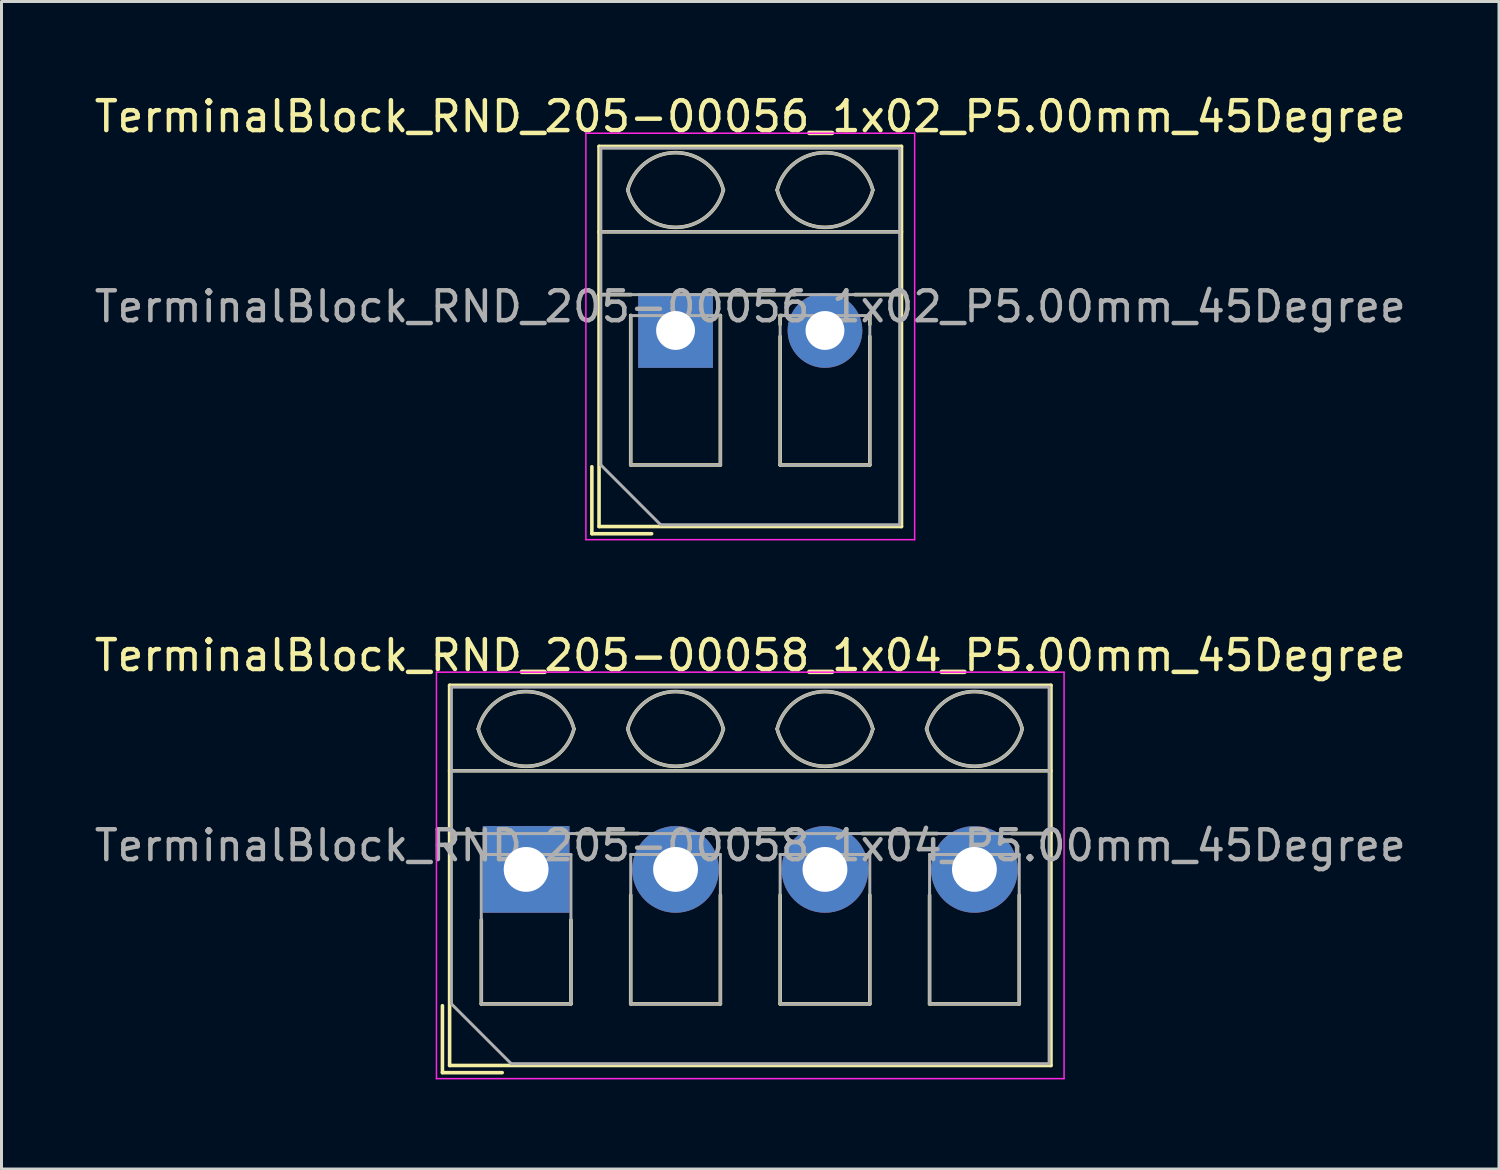
<source format=kicad_pcb>
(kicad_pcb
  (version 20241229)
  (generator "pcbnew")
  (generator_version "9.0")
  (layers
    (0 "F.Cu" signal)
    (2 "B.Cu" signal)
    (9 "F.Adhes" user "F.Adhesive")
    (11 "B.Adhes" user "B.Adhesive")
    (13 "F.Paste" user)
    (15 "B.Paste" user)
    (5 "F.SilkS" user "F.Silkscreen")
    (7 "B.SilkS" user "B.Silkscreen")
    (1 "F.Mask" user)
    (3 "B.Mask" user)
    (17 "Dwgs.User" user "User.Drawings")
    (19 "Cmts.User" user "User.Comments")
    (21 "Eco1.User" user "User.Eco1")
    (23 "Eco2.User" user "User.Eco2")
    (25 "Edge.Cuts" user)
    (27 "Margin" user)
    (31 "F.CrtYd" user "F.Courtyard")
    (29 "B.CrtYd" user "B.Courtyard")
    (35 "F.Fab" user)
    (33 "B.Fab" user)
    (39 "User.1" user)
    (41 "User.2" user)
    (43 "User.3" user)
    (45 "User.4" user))
  (footprint "TerminalBlock_RND_205-00058_1x04_P5.00mm_45Degree"
    (layer "F.Cu")
    (at 14.554 26.041)
    (property "Reference" "TerminalBlock_RND_205-00058_1x04_P5.00mm_45Degree" (at 7.5 -7.16 0) (layer "F.SilkS") (effects (font (size 1 1) (thickness 0.15))))
    (attr through_hole)
    (fp_line (start -2.8 4.56) (end -2.8 6.8) (stroke (width 0.12) (type solid)) (layer "F.SilkS"))
    (fp_line (start -2.8 6.8) (end -0.8 6.8) (stroke (width 0.12) (type solid)) (layer "F.SilkS"))
    (fp_line (start -2.56 -6.16) (end -2.56 6.56) (stroke (width 0.12) (type solid)) (layer "F.SilkS"))
    (fp_line (start -2.56 -6.16) (end 17.561 -6.16) (stroke (width 0.12) (type solid)) (layer "F.SilkS"))
    (fp_line (start -2.56 -3.301) (end 17.561 -3.301) (stroke (width 0.12) (type solid)) (layer "F.SilkS"))
    (fp_line (start -2.56 -1.201) (end -1.69 -1.201) (stroke (width 0.12) (type solid)) (layer "F.SilkS"))
    (fp_line (start -2.56 6.56) (end 17.561 6.56) (stroke (width 0.12) (type solid)) (layer "F.SilkS"))
    (fp_line (start -1.5 1.69) (end -1.5 4.5) (stroke (width 0.12) (type solid)) (layer "F.SilkS"))
    (fp_line (start -1.5 4.5) (end 1.5 4.5) (stroke (width 0.12) (type solid)) (layer "F.SilkS"))
    (fp_line (start 1.5 1.69) (end 1.5 4.5) (stroke (width 0.12) (type solid)) (layer "F.SilkS"))
    (fp_line (start 1.69 -1.201) (end 3.758 -1.201) (stroke (width 0.12) (type solid)) (layer "F.SilkS"))
    (fp_line (start 3.5 0.86) (end 3.5 4.5) (stroke (width 0.12) (type solid)) (layer "F.SilkS"))
    (fp_line (start 3.5 4.5) (end 6.5 4.5) (stroke (width 0.12) (type solid)) (layer "F.SilkS"))
    (fp_line (start 6.243 -1.201) (end 8.758 -1.201) (stroke (width 0.12) (type solid)) (layer "F.SilkS"))
    (fp_line (start 6.5 0.86) (end 6.5 4.5) (stroke (width 0.12) (type solid)) (layer "F.SilkS"))
    (fp_line (start 8.5 0.86) (end 8.5 4.5) (stroke (width 0.12) (type solid)) (layer "F.SilkS"))
    (fp_line (start 8.5 4.5) (end 11.5 4.5) (stroke (width 0.12) (type solid)) (layer "F.SilkS"))
    (fp_line (start 11.243 -1.201) (end 13.758 -1.201) (stroke (width 0.12) (type solid)) (layer "F.SilkS"))
    (fp_line (start 11.5 0.86) (end 11.5 4.5) (stroke (width 0.12) (type solid)) (layer "F.SilkS"))
    (fp_line (start 13.5 0.86) (end 13.5 4.5) (stroke (width 0.12) (type solid)) (layer "F.SilkS"))
    (fp_line (start 13.5 4.5) (end 16.5 4.5) (stroke (width 0.12) (type solid)) (layer "F.SilkS"))
    (fp_line (start 16.243 -1.201) (end 17.561 -1.201) (stroke (width 0.12) (type solid)) (layer "F.SilkS"))
    (fp_line (start 16.5 0.86) (end 16.5 4.5) (stroke (width 0.12) (type solid)) (layer "F.SilkS"))
    (fp_line (start 17.561 -6.16) (end 17.561 6.56) (stroke (width 0.12) (type solid)) (layer "F.SilkS"))
    (fp_arc (start -1.600914 -4.700344) (mid 0.000177 -5.95097) (end 1.601 -4.7) (stroke (width 0.12) (type solid)) (layer "F.SilkS"))
    (fp_arc (start 1.6 -4.7) (mid -0.000064 -3.45) (end -1.600031 -4.700125) (stroke (width 0.12) (type solid)) (layer "F.SilkS"))
    (fp_arc (start 3.399086 -4.700344) (mid 5.000177 -5.95097) (end 6.601 -4.7) (stroke (width 0.12) (type solid)) (layer "F.SilkS"))
    (fp_arc (start 6.6 -4.7) (mid 4.999936 -3.45) (end 3.399969 -4.700125) (stroke (width 0.12) (type solid)) (layer "F.SilkS"))
    (fp_arc (start 8.399086 -4.700344) (mid 10.000177 -5.95097) (end 11.601 -4.7) (stroke (width 0.12) (type solid)) (layer "F.SilkS"))
    (fp_arc (start 11.6 -4.7) (mid 9.999936 -3.45) (end 8.399969 -4.700125) (stroke (width 0.12) (type solid)) (layer "F.SilkS"))
    (fp_arc (start 13.399086 -4.700344) (mid 15.000177 -5.95097) (end 16.601 -4.7) (stroke (width 0.12) (type solid)) (layer "F.SilkS"))
    (fp_arc (start 16.6 -4.7) (mid 14.999936 -3.45) (end 13.399969 -4.700125) (stroke (width 0.12) (type solid)) (layer "F.SilkS"))
    (fp_line (start -3 -6.6) (end -3 7) (stroke (width 0.05) (type solid)) (layer "F.CrtYd"))
    (fp_line (start -3 7) (end 18 7) (stroke (width 0.05) (type solid)) (layer "F.CrtYd"))
    (fp_line (start 18 -6.6) (end -3 -6.6) (stroke (width 0.05) (type solid)) (layer "F.CrtYd"))
    (fp_line (start 18 7) (end 18 -6.6) (stroke (width 0.05) (type solid)) (layer "F.CrtYd"))
    (fp_line (start -2.5 -6.1) (end 17.5 -6.1) (stroke (width 0.1) (type solid)) (layer "F.Fab"))
    (fp_line (start -2.5 -3.3) (end 17.5 -3.3) (stroke (width 0.1) (type solid)) (layer "F.Fab"))
    (fp_line (start -2.5 -1.2) (end 17.5 -1.2) (stroke (width 0.1) (type solid)) (layer "F.Fab"))
    (fp_line (start -2.5 4.5) (end -2.5 -6.1) (stroke (width 0.1) (type solid)) (layer "F.Fab"))
    (fp_line (start -1.5 -0.5) (end -1.5 4.5) (stroke (width 0.1) (type solid)) (layer "F.Fab"))
    (fp_line (start -1.5 4.5) (end 1.5 4.5) (stroke (width 0.1) (type solid)) (layer "F.Fab"))
    (fp_line (start -0.5 6.5) (end -2.5 4.5) (stroke (width 0.1) (type solid)) (layer "F.Fab"))
    (fp_line (start 1.5 -0.5) (end -1.5 -0.5) (stroke (width 0.1) (type solid)) (layer "F.Fab"))
    (fp_line (start 1.5 4.5) (end 1.5 -0.5) (stroke (width 0.1) (type solid)) (layer "F.Fab"))
    (fp_line (start 3.5 -0.5) (end 3.5 4.5) (stroke (width 0.1) (type solid)) (layer "F.Fab"))
    (fp_line (start 3.5 4.5) (end 6.5 4.5) (stroke (width 0.1) (type solid)) (layer "F.Fab"))
    (fp_line (start 6.5 -0.5) (end 3.5 -0.5) (stroke (width 0.1) (type solid)) (layer "F.Fab"))
    (fp_line (start 6.5 4.5) (end 6.5 -0.5) (stroke (width 0.1) (type solid)) (layer "F.Fab"))
    (fp_line (start 8.5 -0.5) (end 8.5 4.5) (stroke (width 0.1) (type solid)) (layer "F.Fab"))
    (fp_line (start 8.5 4.5) (end 11.5 4.5) (stroke (width 0.1) (type solid)) (layer "F.Fab"))
    (fp_line (start 11.5 -0.5) (end 8.5 -0.5) (stroke (width 0.1) (type solid)) (layer "F.Fab"))
    (fp_line (start 11.5 4.5) (end 11.5 -0.5) (stroke (width 0.1) (type solid)) (layer "F.Fab"))
    (fp_line (start 13.5 -0.5) (end 13.5 4.5) (stroke (width 0.1) (type solid)) (layer "F.Fab"))
    (fp_line (start 13.5 4.5) (end 16.5 4.5) (stroke (width 0.1) (type solid)) (layer "F.Fab"))
    (fp_line (start 16.5 -0.5) (end 13.5 -0.5) (stroke (width 0.1) (type solid)) (layer "F.Fab"))
    (fp_line (start 16.5 4.5) (end 16.5 -0.5) (stroke (width 0.1) (type solid)) (layer "F.Fab"))
    (fp_line (start 17.5 -6.1) (end 17.5 6.5) (stroke (width 0.1) (type solid)) (layer "F.Fab"))
    (fp_line (start 17.5 6.5) (end -0.5 6.5) (stroke (width 0.1) (type solid)) (layer "F.Fab"))
    (fp_arc (start -1.600914 -4.700344) (mid 0.000177 -5.95097) (end 1.601 -4.7) (stroke (width 0.1) (type solid)) (layer "F.Fab"))
    (fp_arc (start 1.6 -4.7) (mid -0.000064 -3.45) (end -1.600031 -4.700125) (stroke (width 0.1) (type solid)) (layer "F.Fab"))
    (fp_arc (start 3.399086 -4.700344) (mid 5.000177 -5.95097) (end 6.601 -4.7) (stroke (width 0.1) (type solid)) (layer "F.Fab"))
    (fp_arc (start 6.6 -4.7) (mid 4.999936 -3.45) (end 3.399969 -4.700125) (stroke (width 0.1) (type solid)) (layer "F.Fab"))
    (fp_arc (start 8.399086 -4.700344) (mid 10.000177 -5.95097) (end 11.601 -4.7) (stroke (width 0.1) (type solid)) (layer "F.Fab"))
    (fp_arc (start 11.6 -4.7) (mid 9.999936 -3.45) (end 8.399969 -4.700125) (stroke (width 0.1) (type solid)) (layer "F.Fab"))
    (fp_arc (start 13.399086 -4.700344) (mid 15.000177 -5.95097) (end 16.601 -4.7) (stroke (width 0.1) (type solid)) (layer "F.Fab"))
    (fp_arc (start 16.6 -4.7) (mid 14.999936 -3.45) (end 13.399969 -4.700125) (stroke (width 0.1) (type solid)) (layer "F.Fab"))
    (fp_text user "${REFERENCE}" (at 7.5 -0.8 0) (layer "F.Fab") (effects (font (size 1 1) (thickness 0.15))))
    (pad "1" thru_hole rect (at 0 0) (size 2.9 2.9) (drill 1.5) (layers "*.Cu" "*.Mask"))
    (pad "2" thru_hole circle (at 5 0) (size 2.9 2.9) (drill 1.5) (layers "*.Cu" "*.Mask"))
    (pad "3" thru_hole circle (at 10 0) (size 2.9 2.9) (drill 1.5) (layers "*.Cu" "*.Mask"))
    (pad "4" thru_hole circle (at 15 0) (size 2.9 2.9) (drill 1.5) (layers "*.Cu" "*.Mask")))
  (footprint "TerminalBlock_RND_205-00056_1x02_P5.00mm_45Degree"
    (layer "F.Cu")
    (at 19.554 8.008)
    (property "Reference" "TerminalBlock_RND_205-00056_1x02_P5.00mm_45Degree" (at 2.5 -7.16 0) (layer "F.SilkS") (effects (font (size 1 1) (thickness 0.15))))
    (attr through_hole)
    (fp_line (start -2.8 4.56) (end -2.8 6.8) (stroke (width 0.12) (type solid)) (layer "F.SilkS"))
    (fp_line (start -2.8 6.8) (end -0.8 6.8) (stroke (width 0.12) (type solid)) (layer "F.SilkS"))
    (fp_line (start -2.56 -6.16) (end -2.56 6.56) (stroke (width 0.12) (type solid)) (layer "F.SilkS"))
    (fp_line (start -2.56 -6.16) (end 7.56 -6.16) (stroke (width 0.12) (type solid)) (layer "F.SilkS"))
    (fp_line (start -2.56 -3.301) (end 7.56 -3.301) (stroke (width 0.12) (type solid)) (layer "F.SilkS"))
    (fp_line (start -2.56 -1.201) (end -1.49 -1.201) (stroke (width 0.12) (type solid)) (layer "F.SilkS"))
    (fp_line (start -2.56 6.56) (end 7.56 6.56) (stroke (width 0.12) (type solid)) (layer "F.SilkS"))
    (fp_line (start -1.5 -0.5) (end -1.5 4.5) (stroke (width 0.12) (type solid)) (layer "F.SilkS"))
    (fp_line (start -1.5 -0.5) (end -1.49 -0.5) (stroke (width 0.12) (type solid)) (layer "F.SilkS"))
    (fp_line (start -1.5 4.5) (end 1.5 4.5) (stroke (width 0.12) (type solid)) (layer "F.SilkS"))
    (fp_line (start 1.49 -1.201) (end 4 -1.201) (stroke (width 0.12) (type solid)) (layer "F.SilkS"))
    (fp_line (start 1.49 -0.5) (end 1.5 -0.5) (stroke (width 0.12) (type solid)) (layer "F.SilkS"))
    (fp_line (start 1.5 -0.5) (end 1.5 4.5) (stroke (width 0.12) (type solid)) (layer "F.SilkS"))
    (fp_line (start 3.5 -0.5) (end 3.5 -0.202) (stroke (width 0.12) (type solid)) (layer "F.SilkS"))
    (fp_line (start 3.5 -0.5) (end 3.57 -0.5) (stroke (width 0.12) (type solid)) (layer "F.SilkS"))
    (fp_line (start 3.5 0.202) (end 3.5 4.5) (stroke (width 0.12) (type solid)) (layer "F.SilkS"))
    (fp_line (start 3.5 4.5) (end 6.5 4.5) (stroke (width 0.12) (type solid)) (layer "F.SilkS"))
    (fp_line (start 6.001 -1.201) (end 7.56 -1.201) (stroke (width 0.12) (type solid)) (layer "F.SilkS"))
    (fp_line (start 6.431 -0.5) (end 6.5 -0.5) (stroke (width 0.12) (type solid)) (layer "F.SilkS"))
    (fp_line (start 6.5 -0.5) (end 6.5 -0.202) (stroke (width 0.12) (type solid)) (layer "F.SilkS"))
    (fp_line (start 6.5 0.202) (end 6.5 4.5) (stroke (width 0.12) (type solid)) (layer "F.SilkS"))
    (fp_line (start 7.56 -6.16) (end 7.56 6.56) (stroke (width 0.12) (type solid)) (layer "F.SilkS"))
    (fp_arc (start -1.600914 -4.700344) (mid 0.000177 -5.95097) (end 1.601 -4.7) (stroke (width 0.12) (type solid)) (layer "F.SilkS"))
    (fp_arc (start 1.6 -4.7) (mid -0.000064 -3.45) (end -1.600031 -4.700125) (stroke (width 0.12) (type solid)) (layer "F.SilkS"))
    (fp_arc (start 3.399086 -4.700344) (mid 5.000177 -5.95097) (end 6.601 -4.7) (stroke (width 0.12) (type solid)) (layer "F.SilkS"))
    (fp_arc (start 6.6 -4.7) (mid 4.999936 -3.45) (end 3.399969 -4.700125) (stroke (width 0.12) (type solid)) (layer "F.SilkS"))
    (fp_line (start -3 -6.6) (end -3 7) (stroke (width 0.05) (type solid)) (layer "F.CrtYd"))
    (fp_line (start -3 7) (end 8 7) (stroke (width 0.05) (type solid)) (layer "F.CrtYd"))
    (fp_line (start 8 -6.6) (end -3 -6.6) (stroke (width 0.05) (type solid)) (layer "F.CrtYd"))
    (fp_line (start 8 7) (end 8 -6.6) (stroke (width 0.05) (type solid)) (layer "F.CrtYd"))
    (fp_line (start -2.5 -6.1) (end 7.5 -6.1) (stroke (width 0.1) (type solid)) (layer "F.Fab"))
    (fp_line (start -2.5 -3.3) (end 7.5 -3.3) (stroke (width 0.1) (type solid)) (layer "F.Fab"))
    (fp_line (start -2.5 -1.2) (end 7.5 -1.2) (stroke (width 0.1) (type solid)) (layer "F.Fab"))
    (fp_line (start -2.5 4.5) (end -2.5 -6.1) (stroke (width 0.1) (type solid)) (layer "F.Fab"))
    (fp_line (start -1.5 -0.5) (end -1.5 4.5) (stroke (width 0.1) (type solid)) (layer "F.Fab"))
    (fp_line (start -1.5 4.5) (end 1.5 4.5) (stroke (width 0.1) (type solid)) (layer "F.Fab"))
    (fp_line (start -0.5 6.5) (end -2.5 4.5) (stroke (width 0.1) (type solid)) (layer "F.Fab"))
    (fp_line (start 1.5 -0.5) (end -1.5 -0.5) (stroke (width 0.1) (type solid)) (layer "F.Fab"))
    (fp_line (start 1.5 4.5) (end 1.5 -0.5) (stroke (width 0.1) (type solid)) (layer "F.Fab"))
    (fp_line (start 3.5 -0.5) (end 3.5 4.5) (stroke (width 0.1) (type solid)) (layer "F.Fab"))
    (fp_line (start 3.5 4.5) (end 6.5 4.5) (stroke (width 0.1) (type solid)) (layer "F.Fab"))
    (fp_line (start 6.5 -0.5) (end 3.5 -0.5) (stroke (width 0.1) (type solid)) (layer "F.Fab"))
    (fp_line (start 6.5 4.5) (end 6.5 -0.5) (stroke (width 0.1) (type solid)) (layer "F.Fab"))
    (fp_line (start 7.5 -6.1) (end 7.5 6.5) (stroke (width 0.1) (type solid)) (layer "F.Fab"))
    (fp_line (start 7.5 6.5) (end -0.5 6.5) (stroke (width 0.1) (type solid)) (layer "F.Fab"))
    (fp_arc (start -1.600914 -4.700344) (mid 0.000177 -5.95097) (end 1.601 -4.7) (stroke (width 0.1) (type solid)) (layer "F.Fab"))
    (fp_arc (start 1.6 -4.7) (mid -0.000064 -3.45) (end -1.600031 -4.700125) (stroke (width 0.1) (type solid)) (layer "F.Fab"))
    (fp_arc (start 3.399086 -4.700344) (mid 5.000177 -5.95097) (end 6.601 -4.7) (stroke (width 0.1) (type solid)) (layer "F.Fab"))
    (fp_arc (start 6.6 -4.7) (mid 4.999936 -3.45) (end 3.399969 -4.700125) (stroke (width 0.1) (type solid)) (layer "F.Fab"))
    (fp_text user "${REFERENCE}" (at 2.5 -0.8 0) (layer "F.Fab") (effects (font (size 1 1) (thickness 0.15))))
    (pad "1" thru_hole rect (at 0 0) (size 2.5 2.5) (drill 1.3) (layers "*.Cu" "*.Mask"))
    (pad "2" thru_hole circle (at 5 0) (size 2.5 2.5) (drill 1.3) (layers "*.Cu" "*.Mask")))
  (gr_rect
    (start -3 -3)
    (end 47.107 36.066)
    (stroke (width 0.1) (type default))
    (fill no)
    (layer "Edge.Cuts")))
</source>
